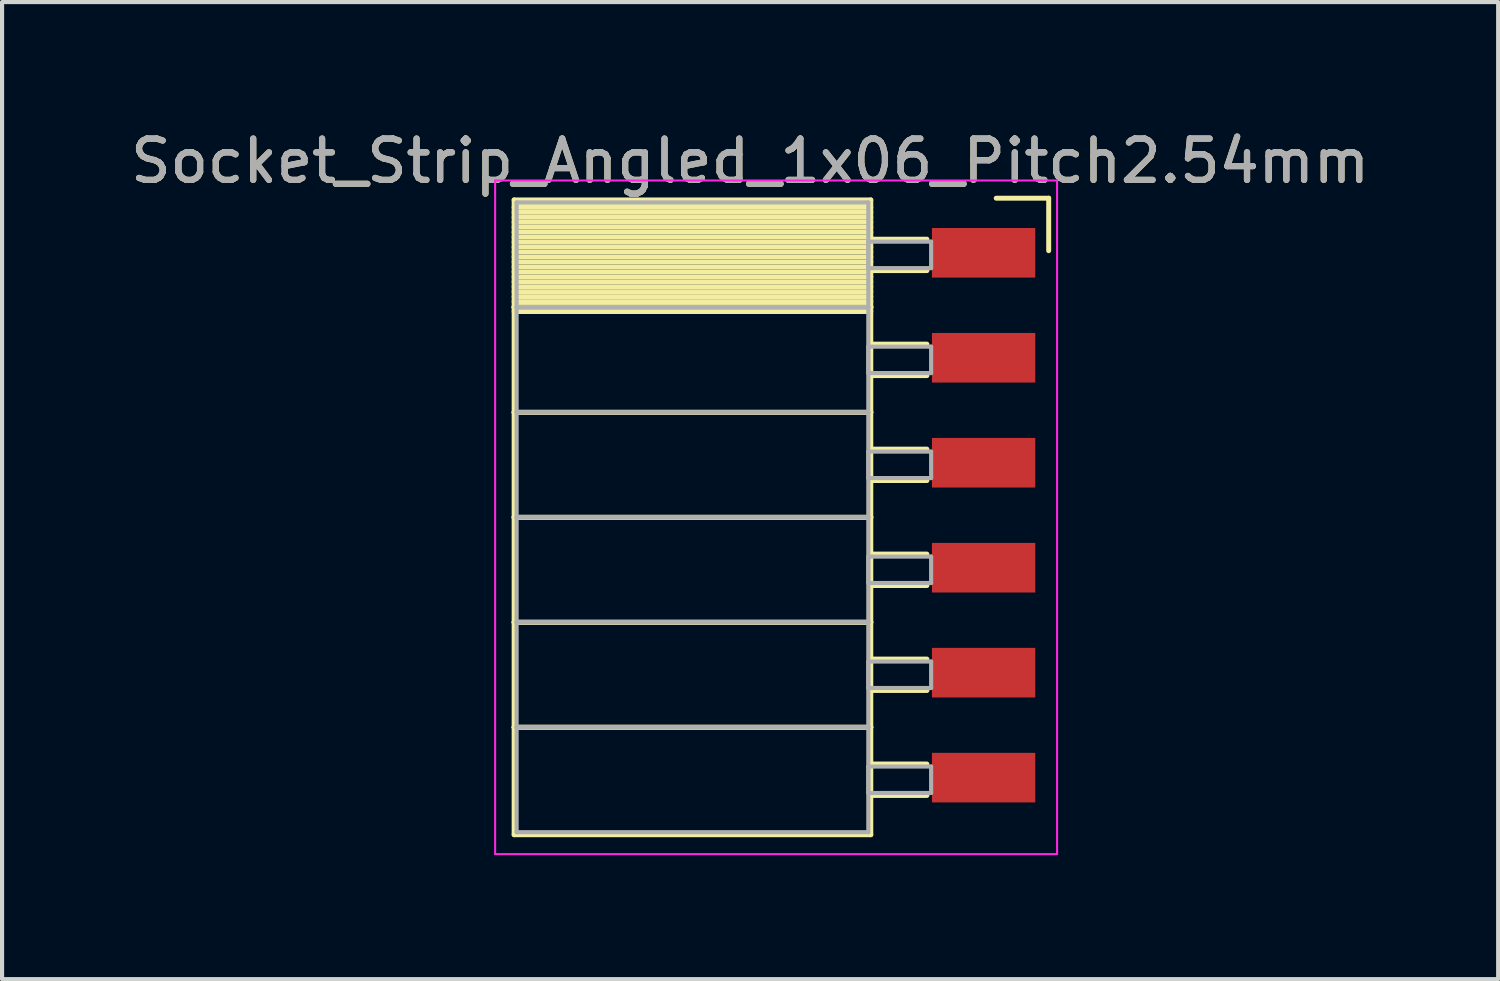
<source format=kicad_pcb>
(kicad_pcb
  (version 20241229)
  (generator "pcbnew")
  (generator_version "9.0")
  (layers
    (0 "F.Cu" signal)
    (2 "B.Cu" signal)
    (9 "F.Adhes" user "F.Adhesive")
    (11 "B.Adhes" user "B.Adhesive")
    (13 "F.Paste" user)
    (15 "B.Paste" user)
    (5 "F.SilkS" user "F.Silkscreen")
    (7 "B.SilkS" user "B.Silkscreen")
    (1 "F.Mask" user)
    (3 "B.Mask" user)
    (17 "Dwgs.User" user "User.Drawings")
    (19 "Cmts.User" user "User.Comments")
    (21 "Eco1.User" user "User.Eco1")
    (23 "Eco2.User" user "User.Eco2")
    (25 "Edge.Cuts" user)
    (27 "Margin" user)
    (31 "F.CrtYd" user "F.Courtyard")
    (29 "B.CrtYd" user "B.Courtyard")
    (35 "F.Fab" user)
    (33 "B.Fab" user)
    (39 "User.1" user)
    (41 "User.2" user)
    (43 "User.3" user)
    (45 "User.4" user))
  (footprint "Socket_Strip_Angled_1x06_Pitch2.54mm"
    (layer "F.Cu")
    (at 19.481 3.118)
    (property "Reference" "Socket_Strip_Angled_1x06_Pitch2.54mm" (at -4.38 -2.27 0) (layer "F.SilkS") (effects (font (size 1 1) (thickness 0.15))))
    (attr through_hole)
    (fp_line (start -10.09 -1.33) (end -1.46 -1.33) (stroke (width 0.12) (type solid)) (layer "F.SilkS"))
    (fp_line (start -10.09 1.27) (end -10.09 -1.33) (stroke (width 0.12) (type solid)) (layer "F.SilkS"))
    (fp_line (start -10.09 1.27) (end -1.46 1.27) (stroke (width 0.12) (type solid)) (layer "F.SilkS"))
    (fp_line (start -10.09 3.81) (end -10.09 1.27) (stroke (width 0.12) (type solid)) (layer "F.SilkS"))
    (fp_line (start -10.09 3.81) (end -1.46 3.81) (stroke (width 0.12) (type solid)) (layer "F.SilkS"))
    (fp_line (start -10.09 6.35) (end -10.09 3.81) (stroke (width 0.12) (type solid)) (layer "F.SilkS"))
    (fp_line (start -10.09 6.35) (end -1.46 6.35) (stroke (width 0.12) (type solid)) (layer "F.SilkS"))
    (fp_line (start -10.09 8.89) (end -10.09 6.35) (stroke (width 0.12) (type solid)) (layer "F.SilkS"))
    (fp_line (start -10.09 8.89) (end -1.46 8.89) (stroke (width 0.12) (type solid)) (layer "F.SilkS"))
    (fp_line (start -10.09 11.43) (end -10.09 8.89) (stroke (width 0.12) (type solid)) (layer "F.SilkS"))
    (fp_line (start -10.09 11.43) (end -1.46 11.43) (stroke (width 0.12) (type solid)) (layer "F.SilkS"))
    (fp_line (start -10.09 14.03) (end -10.09 11.43) (stroke (width 0.12) (type solid)) (layer "F.SilkS"))
    (fp_line (start -1.473 -1.247) (end -10.058 -1.247) (stroke (width 0.12) (type solid)) (layer "F.SilkS"))
    (fp_line (start -1.46 -1.33) (end -1.46 1.27) (stroke (width 0.12) (type solid)) (layer "F.SilkS"))
    (fp_line (start -1.46 -1.15) (end -10.09 -1.15) (stroke (width 0.12) (type solid)) (layer "F.SilkS"))
    (fp_line (start -1.46 -1.03) (end -10.09 -1.03) (stroke (width 0.12) (type solid)) (layer "F.SilkS"))
    (fp_line (start -1.46 -0.91) (end -10.09 -0.91) (stroke (width 0.12) (type solid)) (layer "F.SilkS"))
    (fp_line (start -1.46 -0.79) (end -10.09 -0.79) (stroke (width 0.12) (type solid)) (layer "F.SilkS"))
    (fp_line (start -1.46 -0.67) (end -10.09 -0.67) (stroke (width 0.12) (type solid)) (layer "F.SilkS"))
    (fp_line (start -1.46 -0.55) (end -10.09 -0.55) (stroke (width 0.12) (type solid)) (layer "F.SilkS"))
    (fp_line (start -1.46 -0.43) (end -10.09 -0.43) (stroke (width 0.12) (type solid)) (layer "F.SilkS"))
    (fp_line (start -1.46 -0.31) (end -10.09 -0.31) (stroke (width 0.12) (type solid)) (layer "F.SilkS"))
    (fp_line (start -1.46 -0.19) (end -10.09 -0.19) (stroke (width 0.12) (type solid)) (layer "F.SilkS"))
    (fp_line (start -1.46 -0.07) (end -10.09 -0.07) (stroke (width 0.12) (type solid)) (layer "F.SilkS"))
    (fp_line (start -1.46 0.05) (end -10.09 0.05) (stroke (width 0.12) (type solid)) (layer "F.SilkS"))
    (fp_line (start -1.46 0.17) (end -10.09 0.17) (stroke (width 0.12) (type solid)) (layer "F.SilkS"))
    (fp_line (start -1.46 0.29) (end -10.09 0.29) (stroke (width 0.12) (type solid)) (layer "F.SilkS"))
    (fp_line (start -1.46 0.41) (end -10.09 0.41) (stroke (width 0.12) (type solid)) (layer "F.SilkS"))
    (fp_line (start -1.46 0.53) (end -10.09 0.53) (stroke (width 0.12) (type solid)) (layer "F.SilkS"))
    (fp_line (start -1.46 0.65) (end -10.09 0.65) (stroke (width 0.12) (type solid)) (layer "F.SilkS"))
    (fp_line (start -1.46 0.77) (end -10.09 0.77) (stroke (width 0.12) (type solid)) (layer "F.SilkS"))
    (fp_line (start -1.46 0.89) (end -10.09 0.89) (stroke (width 0.12) (type solid)) (layer "F.SilkS"))
    (fp_line (start -1.46 1.01) (end -10.09 1.01) (stroke (width 0.12) (type solid)) (layer "F.SilkS"))
    (fp_line (start -1.46 1.13) (end -10.09 1.13) (stroke (width 0.12) (type solid)) (layer "F.SilkS"))
    (fp_line (start -1.46 1.25) (end -10.09 1.25) (stroke (width 0.12) (type solid)) (layer "F.SilkS"))
    (fp_line (start -1.46 1.27) (end -10.09 1.27) (stroke (width 0.12) (type solid)) (layer "F.SilkS"))
    (fp_line (start -1.46 1.27) (end -1.46 3.81) (stroke (width 0.12) (type solid)) (layer "F.SilkS"))
    (fp_line (start -1.46 1.37) (end -10.09 1.37) (stroke (width 0.12) (type solid)) (layer "F.SilkS"))
    (fp_line (start -1.46 3.81) (end -10.09 3.81) (stroke (width 0.12) (type solid)) (layer "F.SilkS"))
    (fp_line (start -1.46 3.81) (end -1.46 6.35) (stroke (width 0.12) (type solid)) (layer "F.SilkS"))
    (fp_line (start -1.46 6.35) (end -10.09 6.35) (stroke (width 0.12) (type solid)) (layer "F.SilkS"))
    (fp_line (start -1.46 6.35) (end -1.46 8.89) (stroke (width 0.12) (type solid)) (layer "F.SilkS"))
    (fp_line (start -1.46 8.89) (end -10.09 8.89) (stroke (width 0.12) (type solid)) (layer "F.SilkS"))
    (fp_line (start -1.46 8.89) (end -1.46 11.43) (stroke (width 0.12) (type solid)) (layer "F.SilkS"))
    (fp_line (start -1.46 11.43) (end -10.09 11.43) (stroke (width 0.12) (type solid)) (layer "F.SilkS"))
    (fp_line (start -1.46 11.43) (end -1.46 14.03) (stroke (width 0.12) (type solid)) (layer "F.SilkS"))
    (fp_line (start -1.46 14.03) (end -10.09 14.03) (stroke (width 0.12) (type solid)) (layer "F.SilkS"))
    (fp_line (start -0.102 -0.38) (end -1.46 -0.38) (stroke (width 0.12) (type solid)) (layer "F.SilkS"))
    (fp_line (start -0.102 0.38) (end -1.46 0.38) (stroke (width 0.12) (type solid)) (layer "F.SilkS"))
    (fp_line (start -0.102 2.16) (end -1.46 2.16) (stroke (width 0.12) (type solid)) (layer "F.SilkS"))
    (fp_line (start -0.102 2.92) (end -1.46 2.92) (stroke (width 0.12) (type solid)) (layer "F.SilkS"))
    (fp_line (start -0.102 4.7) (end -1.46 4.7) (stroke (width 0.12) (type solid)) (layer "F.SilkS"))
    (fp_line (start -0.102 5.46) (end -1.46 5.46) (stroke (width 0.12) (type solid)) (layer "F.SilkS"))
    (fp_line (start -0.102 7.24) (end -1.46 7.24) (stroke (width 0.12) (type solid)) (layer "F.SilkS"))
    (fp_line (start -0.102 8) (end -1.46 8) (stroke (width 0.12) (type solid)) (layer "F.SilkS"))
    (fp_line (start -0.102 9.78) (end -1.46 9.78) (stroke (width 0.12) (type solid)) (layer "F.SilkS"))
    (fp_line (start -0.102 10.54) (end -1.46 10.54) (stroke (width 0.12) (type solid)) (layer "F.SilkS"))
    (fp_line (start -0.102 12.32) (end -1.46 12.32) (stroke (width 0.12) (type solid)) (layer "F.SilkS"))
    (fp_line (start -0.102 13.08) (end -1.46 13.08) (stroke (width 0.12) (type solid)) (layer "F.SilkS"))
    (fp_line (start 1.575 -1.372) (end 2.845 -1.372) (stroke (width 0.12) (type solid)) (layer "F.SilkS"))
    (fp_line (start 2.845 -1.372) (end 2.845 -0.102) (stroke (width 0.12) (type solid)) (layer "F.SilkS"))
    (fp_line (start -10.55 -1.8) (end 3.048 -1.8) (stroke (width 0.05) (type solid)) (layer "F.CrtYd"))
    (fp_line (start -10.55 14.5) (end -10.55 -1.8) (stroke (width 0.05) (type solid)) (layer "F.CrtYd"))
    (fp_line (start 3.048 -1.8) (end 3.048 14.5) (stroke (width 0.05) (type solid)) (layer "F.CrtYd"))
    (fp_line (start 3.048 14.5) (end -10.55 14.5) (stroke (width 0.05) (type solid)) (layer "F.CrtYd"))
    (fp_line (start -10.03 -1.27) (end -1.52 -1.27) (stroke (width 0.1) (type solid)) (layer "F.Fab"))
    (fp_line (start -10.03 1.27) (end -10.03 -1.27) (stroke (width 0.1) (type solid)) (layer "F.Fab"))
    (fp_line (start -10.03 1.27) (end -1.52 1.27) (stroke (width 0.1) (type solid)) (layer "F.Fab"))
    (fp_line (start -10.03 3.81) (end -10.03 1.27) (stroke (width 0.1) (type solid)) (layer "F.Fab"))
    (fp_line (start -10.03 3.81) (end -1.52 3.81) (stroke (width 0.1) (type solid)) (layer "F.Fab"))
    (fp_line (start -10.03 6.35) (end -10.03 3.81) (stroke (width 0.1) (type solid)) (layer "F.Fab"))
    (fp_line (start -10.03 6.35) (end -1.52 6.35) (stroke (width 0.1) (type solid)) (layer "F.Fab"))
    (fp_line (start -10.03 8.89) (end -10.03 6.35) (stroke (width 0.1) (type solid)) (layer "F.Fab"))
    (fp_line (start -10.03 8.89) (end -1.52 8.89) (stroke (width 0.1) (type solid)) (layer "F.Fab"))
    (fp_line (start -10.03 11.43) (end -10.03 8.89) (stroke (width 0.1) (type solid)) (layer "F.Fab"))
    (fp_line (start -10.03 11.43) (end -1.52 11.43) (stroke (width 0.1) (type solid)) (layer "F.Fab"))
    (fp_line (start -10.03 13.97) (end -10.03 11.43) (stroke (width 0.1) (type solid)) (layer "F.Fab"))
    (fp_line (start -1.52 -1.27) (end -1.52 1.27) (stroke (width 0.1) (type solid)) (layer "F.Fab"))
    (fp_line (start -1.52 -0.32) (end 0 -0.32) (stroke (width 0.1) (type solid)) (layer "F.Fab"))
    (fp_line (start -1.52 0.32) (end -1.52 -0.32) (stroke (width 0.1) (type solid)) (layer "F.Fab"))
    (fp_line (start -1.52 1.27) (end -10.03 1.27) (stroke (width 0.1) (type solid)) (layer "F.Fab"))
    (fp_line (start -1.52 1.27) (end -1.52 3.81) (stroke (width 0.1) (type solid)) (layer "F.Fab"))
    (fp_line (start -1.52 2.22) (end 0 2.22) (stroke (width 0.1) (type solid)) (layer "F.Fab"))
    (fp_line (start -1.52 2.86) (end -1.52 2.22) (stroke (width 0.1) (type solid)) (layer "F.Fab"))
    (fp_line (start -1.52 3.81) (end -10.03 3.81) (stroke (width 0.1) (type solid)) (layer "F.Fab"))
    (fp_line (start -1.52 3.81) (end -1.52 6.35) (stroke (width 0.1) (type solid)) (layer "F.Fab"))
    (fp_line (start -1.52 4.76) (end 0 4.76) (stroke (width 0.1) (type solid)) (layer "F.Fab"))
    (fp_line (start -1.52 5.4) (end -1.52 4.76) (stroke (width 0.1) (type solid)) (layer "F.Fab"))
    (fp_line (start -1.52 6.35) (end -10.03 6.35) (stroke (width 0.1) (type solid)) (layer "F.Fab"))
    (fp_line (start -1.52 6.35) (end -1.52 8.89) (stroke (width 0.1) (type solid)) (layer "F.Fab"))
    (fp_line (start -1.52 7.3) (end 0 7.3) (stroke (width 0.1) (type solid)) (layer "F.Fab"))
    (fp_line (start -1.52 7.94) (end -1.52 7.3) (stroke (width 0.1) (type solid)) (layer "F.Fab"))
    (fp_line (start -1.52 8.89) (end -10.03 8.89) (stroke (width 0.1) (type solid)) (layer "F.Fab"))
    (fp_line (start -1.52 8.89) (end -1.52 11.43) (stroke (width 0.1) (type solid)) (layer "F.Fab"))
    (fp_line (start -1.52 9.84) (end 0 9.84) (stroke (width 0.1) (type solid)) (layer "F.Fab"))
    (fp_line (start -1.52 10.48) (end -1.52 9.84) (stroke (width 0.1) (type solid)) (layer "F.Fab"))
    (fp_line (start -1.52 11.43) (end -10.03 11.43) (stroke (width 0.1) (type solid)) (layer "F.Fab"))
    (fp_line (start -1.52 11.43) (end -1.52 13.97) (stroke (width 0.1) (type solid)) (layer "F.Fab"))
    (fp_line (start -1.52 12.38) (end 0 12.38) (stroke (width 0.1) (type solid)) (layer "F.Fab"))
    (fp_line (start -1.52 13.02) (end -1.52 12.38) (stroke (width 0.1) (type solid)) (layer "F.Fab"))
    (fp_line (start -1.52 13.97) (end -10.03 13.97) (stroke (width 0.1) (type solid)) (layer "F.Fab"))
    (fp_line (start 0 -0.32) (end 0 0.32) (stroke (width 0.1) (type solid)) (layer "F.Fab"))
    (fp_line (start 0 0.32) (end -1.52 0.32) (stroke (width 0.1) (type solid)) (layer "F.Fab"))
    (fp_line (start 0 2.22) (end 0 2.86) (stroke (width 0.1) (type solid)) (layer "F.Fab"))
    (fp_line (start 0 2.86) (end -1.52 2.86) (stroke (width 0.1) (type solid)) (layer "F.Fab"))
    (fp_line (start 0 4.76) (end 0 5.4) (stroke (width 0.1) (type solid)) (layer "F.Fab"))
    (fp_line (start 0 5.4) (end -1.52 5.4) (stroke (width 0.1) (type solid)) (layer "F.Fab"))
    (fp_line (start 0 7.3) (end 0 7.94) (stroke (width 0.1) (type solid)) (layer "F.Fab"))
    (fp_line (start 0 7.94) (end -1.52 7.94) (stroke (width 0.1) (type solid)) (layer "F.Fab"))
    (fp_line (start 0 9.84) (end 0 10.48) (stroke (width 0.1) (type solid)) (layer "F.Fab"))
    (fp_line (start 0 10.48) (end -1.52 10.48) (stroke (width 0.1) (type solid)) (layer "F.Fab"))
    (fp_line (start 0 12.38) (end 0 13.02) (stroke (width 0.1) (type solid)) (layer "F.Fab"))
    (fp_line (start 0 13.02) (end -1.52 13.02) (stroke (width 0.1) (type solid)) (layer "F.Fab"))
    (fp_text user "${REFERENCE}" (at -4.38 -2.27 0) (layer "F.Fab") (effects (font (size 1 1) (thickness 0.15))))
    (pad "1" smd rect (at 1.27 12.649) (size 2.5 1.2) (layers "F.Cu" "F.Mask" "F.Paste"))
    (pad "2" smd rect (at 1.27 10.109) (size 2.5 1.2) (layers "F.Cu" "F.Mask" "F.Paste"))
    (pad "3" smd rect (at 1.27 7.569) (size 2.5 1.2) (layers "F.Cu" "F.Mask" "F.Paste"))
    (pad "4" smd rect (at 1.27 5.029) (size 2.5 1.2) (layers "F.Cu" "F.Mask" "F.Paste"))
    (pad "5" smd rect (at 1.27 2.489) (size 2.5 1.2) (layers "F.Cu" "F.Mask" "F.Paste"))
    (pad "6" smd rect (at 1.27 -0.051) (size 2.5 1.2) (layers "F.Cu" "F.Mask" "F.Paste")))
  (gr_rect
    (start -3 -3)
    (end 33.202 20.643)
    (stroke (width 0.1) (type default))
    (fill no)
    (layer "Edge.Cuts")))
</source>
